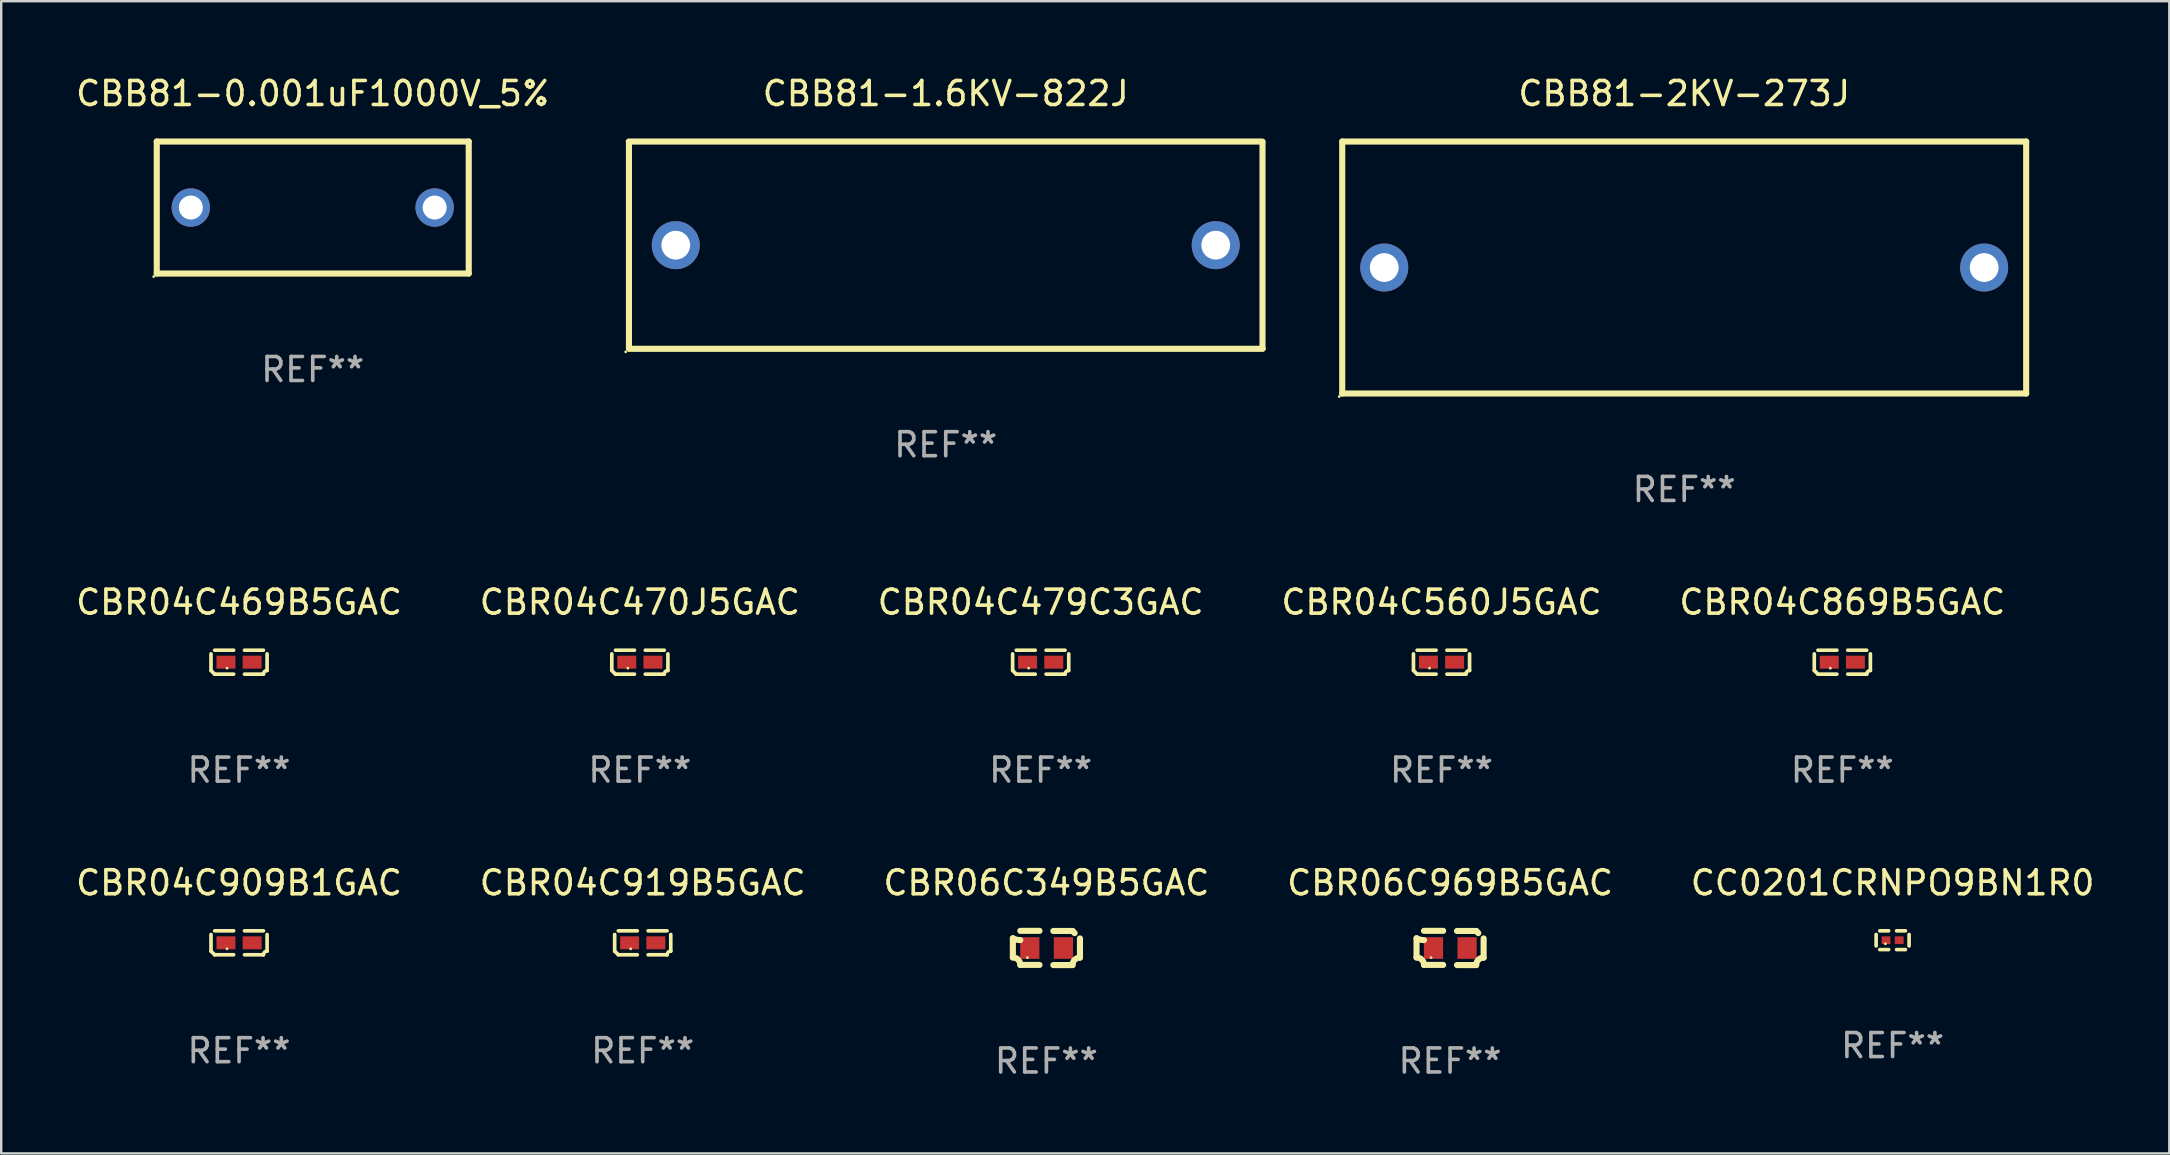
<source format=kicad_pcb>
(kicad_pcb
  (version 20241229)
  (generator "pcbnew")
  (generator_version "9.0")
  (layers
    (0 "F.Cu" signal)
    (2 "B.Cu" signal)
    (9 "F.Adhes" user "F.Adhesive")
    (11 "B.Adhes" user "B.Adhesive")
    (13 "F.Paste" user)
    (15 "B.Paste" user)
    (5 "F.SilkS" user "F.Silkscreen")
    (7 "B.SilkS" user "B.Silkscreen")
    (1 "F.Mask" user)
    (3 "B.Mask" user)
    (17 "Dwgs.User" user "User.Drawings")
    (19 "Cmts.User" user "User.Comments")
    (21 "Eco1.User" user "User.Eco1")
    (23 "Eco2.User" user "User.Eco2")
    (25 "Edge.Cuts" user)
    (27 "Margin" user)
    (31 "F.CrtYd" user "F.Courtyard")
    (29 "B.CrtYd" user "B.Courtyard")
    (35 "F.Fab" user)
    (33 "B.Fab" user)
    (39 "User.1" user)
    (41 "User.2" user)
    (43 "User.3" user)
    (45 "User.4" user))
  (footprint "CBB81-2KV-273J"
    (layer "F.Cu")
    (at 67.131 8.098)
    (property "Reference" "CBB81-2KV-273J" (at 0 -7.25 0) (layer "F.SilkS") (effects (font (size 1 1) (thickness 0.15))))
    (attr through_hole)
    (fp_line (start -14.25 -5.25) (end -14.25 5.25) (stroke (width 0.254) (type solid)) (layer "F.SilkS"))
    (fp_line (start -14.25 -5.25) (end 14.25 -5.25) (stroke (width 0.254) (type solid)) (layer "F.SilkS"))
    (fp_line (start -14.25 5.25) (end 14.25 5.25) (stroke (width 0.254) (type solid)) (layer "F.SilkS"))
    (fp_line (start 14.25 -5.25) (end 14.25 5.25) (stroke (width 0.254) (type solid)) (layer "F.SilkS"))
    (fp_circle (center -14.377 5.377) (end -14.347 5.377) (stroke (width 0.06) (type solid)) (fill no) (layer "F.SilkS"))
    (fp_text user "REF**" (at 0 9.25 0) (layer "F.Fab") (effects (font (size 1 1) (thickness 0.15))))
    (pad "1" thru_hole circle (at -12.499 0) (size 2 2) (drill 1.2) (layers "*.Cu" "*.Mask"))
    (pad "2" thru_hole circle (at 12.499 0) (size 2 2) (drill 1.2) (layers "*.Cu" "*.Mask")))
  (footprint "CBR04C479C3GAC"
    (layer "F.Cu")
    (at 40.315 24.543)
    (property "Reference" "CBR04C479C3GAC" (at 0 -2.499 0) (layer "F.SilkS") (effects (font (size 1 1) (thickness 0.15))))
    (attr through_hole)
    (fp_line (start -1.169 0.346) (end -1.169 -0.346) (stroke (width 0.152) (type solid)) (layer "F.SilkS"))
    (fp_line (start -1.016 -0.499) (end -0.226 -0.499) (stroke (width 0.152) (type solid)) (layer "F.SilkS"))
    (fp_line (start -0.226 0.499) (end -1.016 0.499) (stroke (width 0.152) (type solid)) (layer "F.SilkS"))
    (fp_line (start 0.226 0.499) (end 1.016 0.499) (stroke (width 0.152) (type solid)) (layer "F.SilkS"))
    (fp_line (start 1.016 -0.499) (end 0.226 -0.499) (stroke (width 0.152) (type solid)) (layer "F.SilkS"))
    (fp_line (start 1.169 0.346) (end 1.169 -0.346) (stroke (width 0.152) (type solid)) (layer "F.SilkS"))
    (fp_arc (start -1.016307 0.498603) (mid -1.092512 0.422405) (end -1.16871 0.3462) (stroke (width 0.1524) (type solid)) (layer "F.SilkS"))
    (fp_arc (start 1.016307 0.498603) (mid 1.060899 0.390758) (end 1.168707 0.346076) (stroke (width 0.1524) (type solid)) (layer "F.SilkS"))
    (fp_circle (center -0.5 0.25) (end -0.47 0.25) (stroke (width 0.06) (type solid)) (fill no) (layer "F.SilkS"))
    (fp_text user "REF**" (at 0 4.499 0) (layer "F.Fab") (effects (font (size 1 1) (thickness 0.15))))
    (pad "1" smd rect (at -0.545 0) (size 0.79 0.54) (layers "F.Cu" "F.Mask" "F.Paste"))
    (pad "2" smd rect (at 0.545 0) (size 0.79 0.54) (layers "F.Cu" "F.Mask" "F.Paste")))
  (footprint "CBR04C469B5GAC"
    (layer "F.Cu")
    (at 6.911 24.543)
    (property "Reference" "CBR04C469B5GAC" (at 0 -2.499 0) (layer "F.SilkS") (effects (font (size 1 1) (thickness 0.15))))
    (attr through_hole)
    (fp_line (start -1.169 0.346) (end -1.169 -0.346) (stroke (width 0.152) (type solid)) (layer "F.SilkS"))
    (fp_line (start -1.016 -0.499) (end -0.226 -0.499) (stroke (width 0.152) (type solid)) (layer "F.SilkS"))
    (fp_line (start -0.226 0.499) (end -1.016 0.499) (stroke (width 0.152) (type solid)) (layer "F.SilkS"))
    (fp_line (start 0.226 0.499) (end 1.016 0.499) (stroke (width 0.152) (type solid)) (layer "F.SilkS"))
    (fp_line (start 1.016 -0.499) (end 0.226 -0.499) (stroke (width 0.152) (type solid)) (layer "F.SilkS"))
    (fp_line (start 1.169 0.346) (end 1.169 -0.346) (stroke (width 0.152) (type solid)) (layer "F.SilkS"))
    (fp_arc (start -1.016307 0.498603) (mid -1.092512 0.422405) (end -1.16871 0.3462) (stroke (width 0.1524) (type solid)) (layer "F.SilkS"))
    (fp_arc (start 1.016307 0.498603) (mid 1.060899 0.390758) (end 1.168707 0.346076) (stroke (width 0.1524) (type solid)) (layer "F.SilkS"))
    (fp_circle (center -0.5 0.25) (end -0.47 0.25) (stroke (width 0.06) (type solid)) (fill no) (layer "F.SilkS"))
    (fp_text user "REF**" (at 0 4.499 0) (layer "F.Fab") (effects (font (size 1 1) (thickness 0.15))))
    (pad "1" smd rect (at -0.545 0) (size 0.79 0.54) (layers "F.Cu" "F.Mask" "F.Paste"))
    (pad "2" smd rect (at 0.545 0) (size 0.79 0.54) (layers "F.Cu" "F.Mask" "F.Paste")))
  (footprint "CBR04C909B1GAC"
    (layer "F.Cu")
    (at 6.911 36.237)
    (property "Reference" "CBR04C909B1GAC" (at 0 -2.499 0) (layer "F.SilkS") (effects (font (size 1 1) (thickness 0.15))))
    (attr through_hole)
    (fp_line (start -1.169 0.346) (end -1.169 -0.346) (stroke (width 0.152) (type solid)) (layer "F.SilkS"))
    (fp_line (start -1.016 -0.499) (end -0.226 -0.499) (stroke (width 0.152) (type solid)) (layer "F.SilkS"))
    (fp_line (start -0.226 0.499) (end -1.016 0.499) (stroke (width 0.152) (type solid)) (layer "F.SilkS"))
    (fp_line (start 0.226 0.499) (end 1.016 0.499) (stroke (width 0.152) (type solid)) (layer "F.SilkS"))
    (fp_line (start 1.016 -0.499) (end 0.226 -0.499) (stroke (width 0.152) (type solid)) (layer "F.SilkS"))
    (fp_line (start 1.169 0.346) (end 1.169 -0.346) (stroke (width 0.152) (type solid)) (layer "F.SilkS"))
    (fp_arc (start -1.016307 0.498603) (mid -1.092512 0.422405) (end -1.16871 0.3462) (stroke (width 0.1524) (type solid)) (layer "F.SilkS"))
    (fp_arc (start 1.016307 0.498603) (mid 1.060899 0.390758) (end 1.168707 0.346076) (stroke (width 0.1524) (type solid)) (layer "F.SilkS"))
    (fp_circle (center -0.5 0.25) (end -0.47 0.25) (stroke (width 0.06) (type solid)) (fill no) (layer "F.SilkS"))
    (fp_text user "REF**" (at 0 4.499 0) (layer "F.Fab") (effects (font (size 1 1) (thickness 0.15))))
    (pad "1" smd rect (at -0.545 0) (size 0.79 0.54) (layers "F.Cu" "F.Mask" "F.Paste"))
    (pad "2" smd rect (at 0.545 0) (size 0.79 0.54) (layers "F.Cu" "F.Mask" "F.Paste")))
  (footprint "CBB81-0.001uF1000V_5%"
    (layer "F.Cu")
    (at 9.982 5.598)
    (property "Reference" "CBB81-0.001uF1000V_5%" (at 0 -4.75 0) (layer "F.SilkS") (effects (font (size 1 1) (thickness 0.15))))
    (attr through_hole)
    (fp_line (start -6.5 -2.75) (end 6.5 -2.75) (stroke (width 0.254) (type solid)) (layer "F.SilkS"))
    (fp_line (start -6.5 2.75) (end -6.5 -2.75) (stroke (width 0.254) (type solid)) (layer "F.SilkS"))
    (fp_line (start 6.5 -2.75) (end 6.5 2.75) (stroke (width 0.254) (type solid)) (layer "F.SilkS"))
    (fp_line (start 6.5 2.75) (end -6.5 2.75) (stroke (width 0.254) (type solid)) (layer "F.SilkS"))
    (fp_circle (center -6.627 2.877) (end -6.597 2.877) (stroke (width 0.06) (type solid)) (fill no) (layer "F.SilkS"))
    (fp_text user "REF**" (at 0 6.75 0) (layer "F.Fab") (effects (font (size 1 1) (thickness 0.15))))
    (pad "1" thru_hole circle (at -5.08 -0.000013) (size 1.6 1.6) (drill 1) (layers "*.Cu" "*.Mask"))
    (pad "2" thru_hole circle (at 5.08 -0.000013) (size 1.6 1.6) (drill 1) (layers "*.Cu" "*.Mask")))
  (footprint "CBR06C969B5GAC"
    (layer "F.Cu")
    (at 57.375 36.451)
    (property "Reference" "CBR06C969B5GAC" (at 0 -2.713 0) (layer "F.SilkS") (effects (font (size 1 1) (thickness 0.15))))
    (attr through_hole)
    (fp_line (start -1.398 -0.403) (end -1.398 0.397) (stroke (width 0.254) (type solid)) (layer "F.SilkS"))
    (fp_line (start -0.288 -0.713) (end -1.088 -0.713) (stroke (width 0.254) (type solid)) (layer "F.SilkS"))
    (fp_line (start -0.288 0.707) (end -1.088 0.707) (stroke (width 0.254) (type solid)) (layer "F.SilkS"))
    (fp_line (start 0.288 -0.707) (end 1.088 -0.707) (stroke (width 0.254) (type solid)) (layer "F.SilkS"))
    (fp_line (start 0.288 0.713) (end 1.088 0.713) (stroke (width 0.254) (type solid)) (layer "F.SilkS"))
    (fp_line (start 1.398 -0.397) (end 1.398 0.403) (stroke (width 0.254) (type solid)) (layer "F.SilkS"))
    (fp_arc (start -1.397789 0.397066) (mid -1.178701 0.487826) (end -1.08796 0.706922) (stroke (width 0.254001) (type solid)) (layer "F.SilkS"))
    (fp_arc (start -1.08796 -0.327176) (mid -1.247436 -0.346384) (end -1.39779 -0.402908) (stroke (width 0.254001) (type solid)) (layer "F.SilkS"))
    (fp_arc (start 1.087909 0.712738) (mid 1.178656 0.493655) (end 1.397739 0.402908) (stroke (width 0.254001) (type solid)) (layer "F.SilkS"))
    (fp_arc (start 1.175925 -0.618926) (mid 1.131917 -0.662923) (end 1.08791 -0.706922) (stroke (width 0.254001) (type solid)) (layer "F.SilkS"))
    (fp_circle (center -0.792 0.403) (end -0.762 0.403) (stroke (width 0.06) (type solid)) (fill no) (layer "F.SilkS"))
    (fp_text user "REF**" (at 0 4.713 0) (layer "F.Fab") (effects (font (size 1 1) (thickness 0.15))))
    (pad "1" smd rect (at -0.692 0.003) (size 0.8 0.9) (layers "F.Cu" "F.Mask" "F.Paste"))
    (pad "2" smd rect (at 0.708 0.003) (size 0.8 0.9) (layers "F.Cu" "F.Mask" "F.Paste")))
  (footprint "CBB81-1.6KV-822J"
    (layer "F.Cu")
    (at 36.359 7.166)
    (property "Reference" "CBB81-1.6KV-822J" (at 0 -6.318 0) (layer "F.SilkS") (effects (font (size 1 1) (thickness 0.15))))
    (attr through_hole)
    (fp_line (start -13.208 -4.318) (end 13.193 -4.318) (stroke (width 0.254) (type solid)) (layer "F.SilkS"))
    (fp_line (start -13.2 4.3) (end -13.2 -4.3) (stroke (width 0.254) (type solid)) (layer "F.SilkS"))
    (fp_line (start 13.2 -4.3) (end 13.2 4.3) (stroke (width 0.254) (type solid)) (layer "F.SilkS"))
    (fp_line (start 13.208 4.318) (end -13.193 4.318) (stroke (width 0.254) (type solid)) (layer "F.SilkS"))
    (fp_circle (center -13.335 4.445) (end -13.305 4.445) (stroke (width 0.06) (type solid)) (fill no) (layer "F.SilkS"))
    (fp_text user "REF**" (at 0 8.318 0) (layer "F.Fab") (effects (font (size 1 1) (thickness 0.15))))
    (pad "1" thru_hole circle (at -11.25 0) (size 2 2) (drill 1.2) (layers "*.Cu" "*.Mask"))
    (pad "2" thru_hole circle (at 11.25 0) (size 2 2) (drill 1.2) (layers "*.Cu" "*.Mask")))
  (footprint "CBR04C869B5GAC"
    (layer "F.Cu")
    (at 73.72 24.543)
    (property "Reference" "CBR04C869B5GAC" (at 0 -2.499 0) (layer "F.SilkS") (effects (font (size 1 1) (thickness 0.15))))
    (attr through_hole)
    (fp_line (start -1.169 0.346) (end -1.169 -0.346) (stroke (width 0.152) (type solid)) (layer "F.SilkS"))
    (fp_line (start -1.016 -0.499) (end -0.226 -0.499) (stroke (width 0.152) (type solid)) (layer "F.SilkS"))
    (fp_line (start -0.226 0.499) (end -1.016 0.499) (stroke (width 0.152) (type solid)) (layer "F.SilkS"))
    (fp_line (start 0.226 0.499) (end 1.016 0.499) (stroke (width 0.152) (type solid)) (layer "F.SilkS"))
    (fp_line (start 1.016 -0.499) (end 0.226 -0.499) (stroke (width 0.152) (type solid)) (layer "F.SilkS"))
    (fp_line (start 1.169 0.346) (end 1.169 -0.346) (stroke (width 0.152) (type solid)) (layer "F.SilkS"))
    (fp_arc (start -1.016307 0.498603) (mid -1.092512 0.422405) (end -1.16871 0.3462) (stroke (width 0.1524) (type solid)) (layer "F.SilkS"))
    (fp_arc (start 1.016307 0.498603) (mid 1.060899 0.390758) (end 1.168707 0.346076) (stroke (width 0.1524) (type solid)) (layer "F.SilkS"))
    (fp_circle (center -0.5 0.25) (end -0.47 0.25) (stroke (width 0.06) (type solid)) (fill no) (layer "F.SilkS"))
    (fp_text user "REF**" (at 0 4.499 0) (layer "F.Fab") (effects (font (size 1 1) (thickness 0.15))))
    (pad "1" smd rect (at -0.545 0) (size 0.79 0.54) (layers "F.Cu" "F.Mask" "F.Paste"))
    (pad "2" smd rect (at 0.545 0) (size 0.79 0.54) (layers "F.Cu" "F.Mask" "F.Paste")))
  (footprint "CBR06C349B5GAC"
    (layer "F.Cu")
    (at 40.554 36.451)
    (property "Reference" "CBR06C349B5GAC" (at 0 -2.713 0) (layer "F.SilkS") (effects (font (size 1 1) (thickness 0.15))))
    (attr through_hole)
    (fp_line (start -1.398 -0.403) (end -1.398 0.397) (stroke (width 0.254) (type solid)) (layer "F.SilkS"))
    (fp_line (start -0.288 -0.713) (end -1.088 -0.713) (stroke (width 0.254) (type solid)) (layer "F.SilkS"))
    (fp_line (start -0.288 0.707) (end -1.088 0.707) (stroke (width 0.254) (type solid)) (layer "F.SilkS"))
    (fp_line (start 0.288 -0.707) (end 1.088 -0.707) (stroke (width 0.254) (type solid)) (layer "F.SilkS"))
    (fp_line (start 0.288 0.713) (end 1.088 0.713) (stroke (width 0.254) (type solid)) (layer "F.SilkS"))
    (fp_line (start 1.398 -0.397) (end 1.398 0.403) (stroke (width 0.254) (type solid)) (layer "F.SilkS"))
    (fp_arc (start -1.397789 0.397066) (mid -1.178701 0.487826) (end -1.08796 0.706922) (stroke (width 0.254001) (type solid)) (layer "F.SilkS"))
    (fp_arc (start -1.08796 -0.327176) (mid -1.247436 -0.346384) (end -1.39779 -0.402908) (stroke (width 0.254001) (type solid)) (layer "F.SilkS"))
    (fp_arc (start 1.087909 0.712738) (mid 1.178656 0.493655) (end 1.397739 0.402908) (stroke (width 0.254001) (type solid)) (layer "F.SilkS"))
    (fp_arc (start 1.175925 -0.618926) (mid 1.131917 -0.662923) (end 1.08791 -0.706922) (stroke (width 0.254001) (type solid)) (layer "F.SilkS"))
    (fp_circle (center -0.792 0.403) (end -0.762 0.403) (stroke (width 0.06) (type solid)) (fill no) (layer "F.SilkS"))
    (fp_text user "REF**" (at 0 4.713 0) (layer "F.Fab") (effects (font (size 1 1) (thickness 0.15))))
    (pad "1" smd rect (at -0.692 0.003) (size 0.8 0.9) (layers "F.Cu" "F.Mask" "F.Paste"))
    (pad "2" smd rect (at 0.708 0.003) (size 0.8 0.9) (layers "F.Cu" "F.Mask" "F.Paste")))
  (footprint "CBR04C470J5GAC"
    (layer "F.Cu")
    (at 23.613 24.543)
    (property "Reference" "CBR04C470J5GAC" (at 0 -2.499 0) (layer "F.SilkS") (effects (font (size 1 1) (thickness 0.15))))
    (attr through_hole)
    (fp_line (start -1.169 0.346) (end -1.169 -0.346) (stroke (width 0.152) (type solid)) (layer "F.SilkS"))
    (fp_line (start -1.016 -0.499) (end -0.226 -0.499) (stroke (width 0.152) (type solid)) (layer "F.SilkS"))
    (fp_line (start -0.226 0.499) (end -1.016 0.499) (stroke (width 0.152) (type solid)) (layer "F.SilkS"))
    (fp_line (start 0.226 0.499) (end 1.016 0.499) (stroke (width 0.152) (type solid)) (layer "F.SilkS"))
    (fp_line (start 1.016 -0.499) (end 0.226 -0.499) (stroke (width 0.152) (type solid)) (layer "F.SilkS"))
    (fp_line (start 1.169 0.346) (end 1.169 -0.346) (stroke (width 0.152) (type solid)) (layer "F.SilkS"))
    (fp_arc (start -1.016307 0.498603) (mid -1.092512 0.422405) (end -1.16871 0.3462) (stroke (width 0.1524) (type solid)) (layer "F.SilkS"))
    (fp_arc (start 1.016307 0.498603) (mid 1.060899 0.390758) (end 1.168707 0.346076) (stroke (width 0.1524) (type solid)) (layer "F.SilkS"))
    (fp_circle (center -0.5 0.25) (end -0.47 0.25) (stroke (width 0.06) (type solid)) (fill no) (layer "F.SilkS"))
    (fp_text user "REF**" (at 0 4.499 0) (layer "F.Fab") (effects (font (size 1 1) (thickness 0.15))))
    (pad "1" smd rect (at -0.545 0) (size 0.79 0.54) (layers "F.Cu" "F.Mask" "F.Paste"))
    (pad "2" smd rect (at 0.545 0) (size 0.79 0.54) (layers "F.Cu" "F.Mask" "F.Paste")))
  (footprint "CC0201CRNPO9BN1R0"
    (layer "F.Cu")
    (at 75.815 36.129)
    (property "Reference" "CC0201CRNPO9BN1R0" (at 0 -2.391 0) (layer "F.SilkS") (effects (font (size 1 1) (thickness 0.15))))
    (attr through_hole)
    (fp_line (start -0.687 0.238) (end -0.687 -0.238) (stroke (width 0.152) (type solid)) (layer "F.SilkS"))
    (fp_line (start -0.535 -0.391) (end -0.166 -0.391) (stroke (width 0.152) (type solid)) (layer "F.SilkS"))
    (fp_line (start -0.166 0.391) (end -0.535 0.391) (stroke (width 0.152) (type solid)) (layer "F.SilkS"))
    (fp_line (start 0.166 0.391) (end 0.535 0.391) (stroke (width 0.152) (type solid)) (layer "F.SilkS"))
    (fp_line (start 0.535 -0.391) (end 0.166 -0.391) (stroke (width 0.152) (type solid)) (layer "F.SilkS"))
    (fp_line (start 0.687 0.238) (end 0.687 -0.238) (stroke (width 0.152) (type solid)) (layer "F.SilkS"))
    (fp_circle (center -0.3 0.15) (end -0.27 0.15) (stroke (width 0.06) (type solid)) (fill no) (layer "F.SilkS"))
    (fp_text user "REF**" (at 0 4.391 0) (layer "F.Fab") (effects (font (size 1 1) (thickness 0.15))))
    (pad "1" smd rect (at -0.274 0) (size 0.368 0.324) (layers "F.Cu" "F.Mask" "F.Paste"))
    (pad "2" smd rect (at 0.274 0) (size 0.368 0.324) (layers "F.Cu" "F.Mask" "F.Paste")))
  (footprint "CBR04C560J5GAC"
    (layer "F.Cu")
    (at 57.018 24.543)
    (property "Reference" "CBR04C560J5GAC" (at 0 -2.499 0) (layer "F.SilkS") (effects (font (size 1 1) (thickness 0.15))))
    (attr through_hole)
    (fp_line (start -1.169 0.346) (end -1.169 -0.346) (stroke (width 0.152) (type solid)) (layer "F.SilkS"))
    (fp_line (start -1.016 -0.499) (end -0.226 -0.499) (stroke (width 0.152) (type solid)) (layer "F.SilkS"))
    (fp_line (start -0.226 0.499) (end -1.016 0.499) (stroke (width 0.152) (type solid)) (layer "F.SilkS"))
    (fp_line (start 0.226 0.499) (end 1.016 0.499) (stroke (width 0.152) (type solid)) (layer "F.SilkS"))
    (fp_line (start 1.016 -0.499) (end 0.226 -0.499) (stroke (width 0.152) (type solid)) (layer "F.SilkS"))
    (fp_line (start 1.169 0.346) (end 1.169 -0.346) (stroke (width 0.152) (type solid)) (layer "F.SilkS"))
    (fp_arc (start -1.016307 0.498603) (mid -1.092512 0.422405) (end -1.16871 0.3462) (stroke (width 0.1524) (type solid)) (layer "F.SilkS"))
    (fp_arc (start 1.016307 0.498603) (mid 1.060899 0.390758) (end 1.168707 0.346076) (stroke (width 0.1524) (type solid)) (layer "F.SilkS"))
    (fp_circle (center -0.5 0.25) (end -0.47 0.25) (stroke (width 0.06) (type solid)) (fill no) (layer "F.SilkS"))
    (fp_text user "REF**" (at 0 4.499 0) (layer "F.Fab") (effects (font (size 1 1) (thickness 0.15))))
    (pad "1" smd rect (at -0.545 0) (size 0.79 0.54) (layers "F.Cu" "F.Mask" "F.Paste"))
    (pad "2" smd rect (at 0.545 0) (size 0.79 0.54) (layers "F.Cu" "F.Mask" "F.Paste")))
  (footprint "CBR04C919B5GAC"
    (layer "F.Cu")
    (at 23.732 36.237)
    (property "Reference" "CBR04C919B5GAC" (at 0 -2.499 0) (layer "F.SilkS") (effects (font (size 1 1) (thickness 0.15))))
    (attr through_hole)
    (fp_line (start -1.169 0.346) (end -1.169 -0.346) (stroke (width 0.152) (type solid)) (layer "F.SilkS"))
    (fp_line (start -1.016 -0.499) (end -0.226 -0.499) (stroke (width 0.152) (type solid)) (layer "F.SilkS"))
    (fp_line (start -0.226 0.499) (end -1.016 0.499) (stroke (width 0.152) (type solid)) (layer "F.SilkS"))
    (fp_line (start 0.226 0.499) (end 1.016 0.499) (stroke (width 0.152) (type solid)) (layer "F.SilkS"))
    (fp_line (start 1.016 -0.499) (end 0.226 -0.499) (stroke (width 0.152) (type solid)) (layer "F.SilkS"))
    (fp_line (start 1.169 0.346) (end 1.169 -0.346) (stroke (width 0.152) (type solid)) (layer "F.SilkS"))
    (fp_arc (start -1.016307 0.498603) (mid -1.092512 0.422405) (end -1.16871 0.3462) (stroke (width 0.1524) (type solid)) (layer "F.SilkS"))
    (fp_arc (start 1.016307 0.498603) (mid 1.060899 0.390758) (end 1.168707 0.346076) (stroke (width 0.1524) (type solid)) (layer "F.SilkS"))
    (fp_circle (center -0.5 0.25) (end -0.47 0.25) (stroke (width 0.06) (type solid)) (fill no) (layer "F.SilkS"))
    (fp_text user "REF**" (at 0 4.499 0) (layer "F.Fab") (effects (font (size 1 1) (thickness 0.15))))
    (pad "1" smd rect (at -0.545 0) (size 0.79 0.54) (layers "F.Cu" "F.Mask" "F.Paste"))
    (pad "2" smd rect (at 0.545 0) (size 0.79 0.54) (layers "F.Cu" "F.Mask" "F.Paste")))
  (gr_rect
    (start -3 -3)
    (end 87.345 45.012)
    (stroke (width 0.1) (type default))
    (fill no)
    (layer "Edge.Cuts")))
</source>
